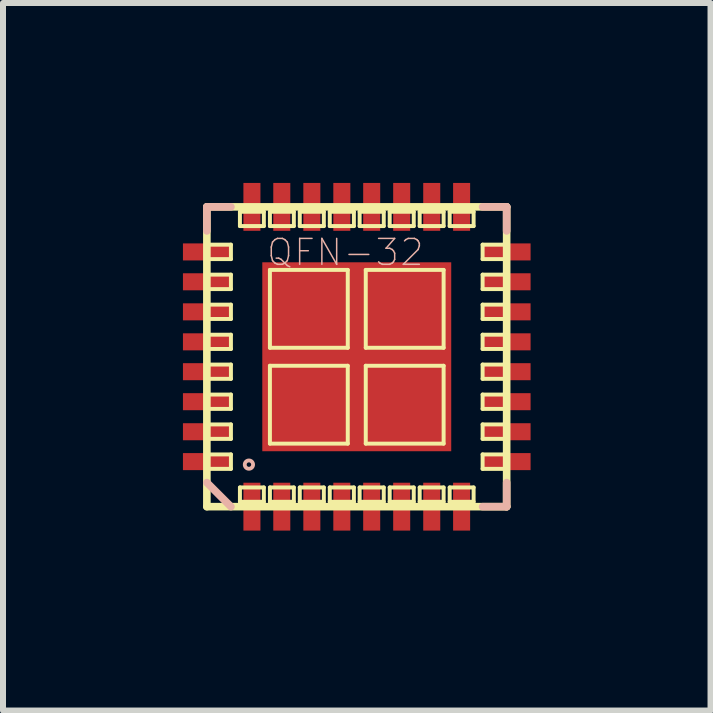
<source format=kicad_pcb>
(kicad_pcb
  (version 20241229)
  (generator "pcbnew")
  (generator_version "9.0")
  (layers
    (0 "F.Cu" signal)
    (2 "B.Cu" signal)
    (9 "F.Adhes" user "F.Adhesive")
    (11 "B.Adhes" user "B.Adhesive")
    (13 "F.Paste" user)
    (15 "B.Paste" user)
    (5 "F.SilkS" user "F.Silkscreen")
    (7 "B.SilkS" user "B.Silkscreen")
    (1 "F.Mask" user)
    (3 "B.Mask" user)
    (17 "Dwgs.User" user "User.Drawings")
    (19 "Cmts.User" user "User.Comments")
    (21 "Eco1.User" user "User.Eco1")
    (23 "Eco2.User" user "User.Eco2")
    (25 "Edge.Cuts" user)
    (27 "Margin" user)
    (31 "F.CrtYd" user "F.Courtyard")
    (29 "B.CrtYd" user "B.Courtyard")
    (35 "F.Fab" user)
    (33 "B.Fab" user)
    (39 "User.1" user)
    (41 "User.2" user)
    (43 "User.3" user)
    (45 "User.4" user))
  (footprint "QFN-32"
    (layer "F.Cu")
    (at 2.898 2.898)
    (property "Reference" "QFN-32" (at -0.191 -1.74 0) (layer "B.SilkS") (effects (font (size 0.432 0.432) (thickness 0.025))))
    (attr smd)
    (fp_line (start -2.499 -2.499) (end -2.499 2.499) (stroke (width 0.127) (type solid)) (layer "F.SilkS"))
    (fp_line (start -2.499 -1.869) (end -2.098 -1.869) (stroke (width 0.066) (type solid)) (layer "F.SilkS"))
    (fp_line (start -2.499 -1.628) (end -2.499 -1.869) (stroke (width 0.066) (type solid)) (layer "F.SilkS"))
    (fp_line (start -2.499 -1.628) (end -2.098 -1.628) (stroke (width 0.066) (type solid)) (layer "F.SilkS"))
    (fp_line (start -2.499 -1.369) (end -2.098 -1.369) (stroke (width 0.066) (type solid)) (layer "F.SilkS"))
    (fp_line (start -2.499 -1.128) (end -2.499 -1.369) (stroke (width 0.066) (type solid)) (layer "F.SilkS"))
    (fp_line (start -2.499 -1.128) (end -2.098 -1.128) (stroke (width 0.066) (type solid)) (layer "F.SilkS"))
    (fp_line (start -2.499 -0.869) (end -2.098 -0.869) (stroke (width 0.066) (type solid)) (layer "F.SilkS"))
    (fp_line (start -2.499 -0.63) (end -2.499 -0.869) (stroke (width 0.066) (type solid)) (layer "F.SilkS"))
    (fp_line (start -2.499 -0.63) (end -2.098 -0.63) (stroke (width 0.066) (type solid)) (layer "F.SilkS"))
    (fp_line (start -2.499 -0.368) (end -2.098 -0.368) (stroke (width 0.066) (type solid)) (layer "F.SilkS"))
    (fp_line (start -2.499 -0.13) (end -2.499 -0.368) (stroke (width 0.066) (type solid)) (layer "F.SilkS"))
    (fp_line (start -2.499 -0.13) (end -2.098 -0.13) (stroke (width 0.066) (type solid)) (layer "F.SilkS"))
    (fp_line (start -2.499 0.13) (end -2.098 0.13) (stroke (width 0.066) (type solid)) (layer "F.SilkS"))
    (fp_line (start -2.499 0.368) (end -2.499 0.13) (stroke (width 0.066) (type solid)) (layer "F.SilkS"))
    (fp_line (start -2.499 0.368) (end -2.098 0.368) (stroke (width 0.066) (type solid)) (layer "F.SilkS"))
    (fp_line (start -2.499 0.63) (end -2.098 0.63) (stroke (width 0.066) (type solid)) (layer "F.SilkS"))
    (fp_line (start -2.499 0.869) (end -2.499 0.63) (stroke (width 0.066) (type solid)) (layer "F.SilkS"))
    (fp_line (start -2.499 0.869) (end -2.098 0.869) (stroke (width 0.066) (type solid)) (layer "F.SilkS"))
    (fp_line (start -2.499 1.128) (end -2.098 1.128) (stroke (width 0.066) (type solid)) (layer "F.SilkS"))
    (fp_line (start -2.499 1.369) (end -2.499 1.128) (stroke (width 0.066) (type solid)) (layer "F.SilkS"))
    (fp_line (start -2.499 1.369) (end -2.098 1.369) (stroke (width 0.066) (type solid)) (layer "F.SilkS"))
    (fp_line (start -2.499 1.628) (end -2.098 1.628) (stroke (width 0.066) (type solid)) (layer "F.SilkS"))
    (fp_line (start -2.499 1.869) (end -2.499 1.628) (stroke (width 0.066) (type solid)) (layer "F.SilkS"))
    (fp_line (start -2.499 1.869) (end -2.098 1.869) (stroke (width 0.066) (type solid)) (layer "F.SilkS"))
    (fp_line (start -2.499 2.499) (end 2.499 2.499) (stroke (width 0.127) (type solid)) (layer "F.SilkS"))
    (fp_line (start -2.098 -1.628) (end -2.098 -1.869) (stroke (width 0.066) (type solid)) (layer "F.SilkS"))
    (fp_line (start -2.098 -1.128) (end -2.098 -1.369) (stroke (width 0.066) (type solid)) (layer "F.SilkS"))
    (fp_line (start -2.098 -0.63) (end -2.098 -0.869) (stroke (width 0.066) (type solid)) (layer "F.SilkS"))
    (fp_line (start -2.098 -0.13) (end -2.098 -0.368) (stroke (width 0.066) (type solid)) (layer "F.SilkS"))
    (fp_line (start -2.098 0.368) (end -2.098 0.13) (stroke (width 0.066) (type solid)) (layer "F.SilkS"))
    (fp_line (start -2.098 0.869) (end -2.098 0.63) (stroke (width 0.066) (type solid)) (layer "F.SilkS"))
    (fp_line (start -2.098 1.369) (end -2.098 1.128) (stroke (width 0.066) (type solid)) (layer "F.SilkS"))
    (fp_line (start -2.098 1.869) (end -2.098 1.628) (stroke (width 0.066) (type solid)) (layer "F.SilkS"))
    (fp_line (start -1.948 -2.418) (end -1.549 -2.418) (stroke (width 0.066) (type solid)) (layer "F.SilkS"))
    (fp_line (start -1.948 -2.179) (end -1.948 -2.418) (stroke (width 0.066) (type solid)) (layer "F.SilkS"))
    (fp_line (start -1.948 -2.179) (end -1.549 -2.179) (stroke (width 0.066) (type solid)) (layer "F.SilkS"))
    (fp_line (start -1.948 2.179) (end -1.549 2.179) (stroke (width 0.066) (type solid)) (layer "F.SilkS"))
    (fp_line (start -1.948 2.418) (end -1.948 2.179) (stroke (width 0.066) (type solid)) (layer "F.SilkS"))
    (fp_line (start -1.948 2.418) (end -1.549 2.418) (stroke (width 0.066) (type solid)) (layer "F.SilkS"))
    (fp_line (start -1.549 -2.179) (end -1.549 -2.418) (stroke (width 0.066) (type solid)) (layer "F.SilkS"))
    (fp_line (start -1.549 2.418) (end -1.549 2.179) (stroke (width 0.066) (type solid)) (layer "F.SilkS"))
    (fp_line (start -1.448 -2.418) (end -1.049 -2.418) (stroke (width 0.066) (type solid)) (layer "F.SilkS"))
    (fp_line (start -1.448 -2.179) (end -1.448 -2.418) (stroke (width 0.066) (type solid)) (layer "F.SilkS"))
    (fp_line (start -1.448 -2.179) (end -1.049 -2.179) (stroke (width 0.066) (type solid)) (layer "F.SilkS"))
    (fp_line (start -1.448 -1.448) (end -0.15 -1.448) (stroke (width 0.066) (type solid)) (layer "F.SilkS"))
    (fp_line (start -1.448 -0.15) (end -1.448 -1.448) (stroke (width 0.066) (type solid)) (layer "F.SilkS"))
    (fp_line (start -1.448 -0.15) (end -0.15 -0.15) (stroke (width 0.066) (type solid)) (layer "F.SilkS"))
    (fp_line (start -1.448 0.15) (end -0.15 0.15) (stroke (width 0.066) (type solid)) (layer "F.SilkS"))
    (fp_line (start -1.448 1.448) (end -1.448 0.15) (stroke (width 0.066) (type solid)) (layer "F.SilkS"))
    (fp_line (start -1.448 1.448) (end -0.15 1.448) (stroke (width 0.066) (type solid)) (layer "F.SilkS"))
    (fp_line (start -1.448 2.179) (end -1.049 2.179) (stroke (width 0.066) (type solid)) (layer "F.SilkS"))
    (fp_line (start -1.448 2.418) (end -1.448 2.179) (stroke (width 0.066) (type solid)) (layer "F.SilkS"))
    (fp_line (start -1.448 2.418) (end -1.049 2.418) (stroke (width 0.066) (type solid)) (layer "F.SilkS"))
    (fp_line (start -1.049 -2.179) (end -1.049 -2.418) (stroke (width 0.066) (type solid)) (layer "F.SilkS"))
    (fp_line (start -1.049 2.418) (end -1.049 2.179) (stroke (width 0.066) (type solid)) (layer "F.SilkS"))
    (fp_line (start -0.95 -2.418) (end -0.549 -2.418) (stroke (width 0.066) (type solid)) (layer "F.SilkS"))
    (fp_line (start -0.95 -2.179) (end -0.95 -2.418) (stroke (width 0.066) (type solid)) (layer "F.SilkS"))
    (fp_line (start -0.95 -2.179) (end -0.549 -2.179) (stroke (width 0.066) (type solid)) (layer "F.SilkS"))
    (fp_line (start -0.95 2.179) (end -0.549 2.179) (stroke (width 0.066) (type solid)) (layer "F.SilkS"))
    (fp_line (start -0.95 2.418) (end -0.95 2.179) (stroke (width 0.066) (type solid)) (layer "F.SilkS"))
    (fp_line (start -0.95 2.418) (end -0.549 2.418) (stroke (width 0.066) (type solid)) (layer "F.SilkS"))
    (fp_line (start -0.549 -2.179) (end -0.549 -2.418) (stroke (width 0.066) (type solid)) (layer "F.SilkS"))
    (fp_line (start -0.549 2.418) (end -0.549 2.179) (stroke (width 0.066) (type solid)) (layer "F.SilkS"))
    (fp_line (start -0.45 -2.418) (end -0.048 -2.418) (stroke (width 0.066) (type solid)) (layer "F.SilkS"))
    (fp_line (start -0.45 -2.179) (end -0.45 -2.418) (stroke (width 0.066) (type solid)) (layer "F.SilkS"))
    (fp_line (start -0.45 -2.179) (end -0.048 -2.179) (stroke (width 0.066) (type solid)) (layer "F.SilkS"))
    (fp_line (start -0.45 2.179) (end -0.048 2.179) (stroke (width 0.066) (type solid)) (layer "F.SilkS"))
    (fp_line (start -0.45 2.418) (end -0.45 2.179) (stroke (width 0.066) (type solid)) (layer "F.SilkS"))
    (fp_line (start -0.45 2.418) (end -0.048 2.418) (stroke (width 0.066) (type solid)) (layer "F.SilkS"))
    (fp_line (start -0.15 -0.15) (end -0.15 -1.448) (stroke (width 0.066) (type solid)) (layer "F.SilkS"))
    (fp_line (start -0.15 1.448) (end -0.15 0.15) (stroke (width 0.066) (type solid)) (layer "F.SilkS"))
    (fp_line (start -0.048 -2.179) (end -0.048 -2.418) (stroke (width 0.066) (type solid)) (layer "F.SilkS"))
    (fp_line (start -0.048 2.418) (end -0.048 2.179) (stroke (width 0.066) (type solid)) (layer "F.SilkS"))
    (fp_line (start 0.048 -2.418) (end 0.45 -2.418) (stroke (width 0.066) (type solid)) (layer "F.SilkS"))
    (fp_line (start 0.048 -2.179) (end 0.048 -2.418) (stroke (width 0.066) (type solid)) (layer "F.SilkS"))
    (fp_line (start 0.048 -2.179) (end 0.45 -2.179) (stroke (width 0.066) (type solid)) (layer "F.SilkS"))
    (fp_line (start 0.048 2.179) (end 0.45 2.179) (stroke (width 0.066) (type solid)) (layer "F.SilkS"))
    (fp_line (start 0.048 2.418) (end 0.048 2.179) (stroke (width 0.066) (type solid)) (layer "F.SilkS"))
    (fp_line (start 0.048 2.418) (end 0.45 2.418) (stroke (width 0.066) (type solid)) (layer "F.SilkS"))
    (fp_line (start 0.15 -1.448) (end 1.448 -1.448) (stroke (width 0.066) (type solid)) (layer "F.SilkS"))
    (fp_line (start 0.15 -0.15) (end 0.15 -1.448) (stroke (width 0.066) (type solid)) (layer "F.SilkS"))
    (fp_line (start 0.15 -0.15) (end 1.448 -0.15) (stroke (width 0.066) (type solid)) (layer "F.SilkS"))
    (fp_line (start 0.15 0.15) (end 1.448 0.15) (stroke (width 0.066) (type solid)) (layer "F.SilkS"))
    (fp_line (start 0.15 1.448) (end 0.15 0.15) (stroke (width 0.066) (type solid)) (layer "F.SilkS"))
    (fp_line (start 0.15 1.448) (end 1.448 1.448) (stroke (width 0.066) (type solid)) (layer "F.SilkS"))
    (fp_line (start 0.45 -2.179) (end 0.45 -2.418) (stroke (width 0.066) (type solid)) (layer "F.SilkS"))
    (fp_line (start 0.45 2.418) (end 0.45 2.179) (stroke (width 0.066) (type solid)) (layer "F.SilkS"))
    (fp_line (start 0.549 -2.418) (end 0.95 -2.418) (stroke (width 0.066) (type solid)) (layer "F.SilkS"))
    (fp_line (start 0.549 -2.179) (end 0.549 -2.418) (stroke (width 0.066) (type solid)) (layer "F.SilkS"))
    (fp_line (start 0.549 -2.179) (end 0.95 -2.179) (stroke (width 0.066) (type solid)) (layer "F.SilkS"))
    (fp_line (start 0.549 2.179) (end 0.95 2.179) (stroke (width 0.066) (type solid)) (layer "F.SilkS"))
    (fp_line (start 0.549 2.418) (end 0.549 2.179) (stroke (width 0.066) (type solid)) (layer "F.SilkS"))
    (fp_line (start 0.549 2.418) (end 0.95 2.418) (stroke (width 0.066) (type solid)) (layer "F.SilkS"))
    (fp_line (start 0.95 -2.179) (end 0.95 -2.418) (stroke (width 0.066) (type solid)) (layer "F.SilkS"))
    (fp_line (start 0.95 2.418) (end 0.95 2.179) (stroke (width 0.066) (type solid)) (layer "F.SilkS"))
    (fp_line (start 1.049 -2.418) (end 1.448 -2.418) (stroke (width 0.066) (type solid)) (layer "F.SilkS"))
    (fp_line (start 1.049 -2.179) (end 1.049 -2.418) (stroke (width 0.066) (type solid)) (layer "F.SilkS"))
    (fp_line (start 1.049 -2.179) (end 1.448 -2.179) (stroke (width 0.066) (type solid)) (layer "F.SilkS"))
    (fp_line (start 1.049 2.179) (end 1.448 2.179) (stroke (width 0.066) (type solid)) (layer "F.SilkS"))
    (fp_line (start 1.049 2.418) (end 1.049 2.179) (stroke (width 0.066) (type solid)) (layer "F.SilkS"))
    (fp_line (start 1.049 2.418) (end 1.448 2.418) (stroke (width 0.066) (type solid)) (layer "F.SilkS"))
    (fp_line (start 1.448 -2.179) (end 1.448 -2.418) (stroke (width 0.066) (type solid)) (layer "F.SilkS"))
    (fp_line (start 1.448 -0.15) (end 1.448 -1.448) (stroke (width 0.066) (type solid)) (layer "F.SilkS"))
    (fp_line (start 1.448 1.448) (end 1.448 0.15) (stroke (width 0.066) (type solid)) (layer "F.SilkS"))
    (fp_line (start 1.448 2.418) (end 1.448 2.179) (stroke (width 0.066) (type solid)) (layer "F.SilkS"))
    (fp_line (start 1.549 -2.418) (end 1.948 -2.418) (stroke (width 0.066) (type solid)) (layer "F.SilkS"))
    (fp_line (start 1.549 -2.179) (end 1.549 -2.418) (stroke (width 0.066) (type solid)) (layer "F.SilkS"))
    (fp_line (start 1.549 -2.179) (end 1.948 -2.179) (stroke (width 0.066) (type solid)) (layer "F.SilkS"))
    (fp_line (start 1.549 2.179) (end 1.948 2.179) (stroke (width 0.066) (type solid)) (layer "F.SilkS"))
    (fp_line (start 1.549 2.418) (end 1.549 2.179) (stroke (width 0.066) (type solid)) (layer "F.SilkS"))
    (fp_line (start 1.549 2.418) (end 1.948 2.418) (stroke (width 0.066) (type solid)) (layer "F.SilkS"))
    (fp_line (start 1.948 -2.179) (end 1.948 -2.418) (stroke (width 0.066) (type solid)) (layer "F.SilkS"))
    (fp_line (start 1.948 2.418) (end 1.948 2.179) (stroke (width 0.066) (type solid)) (layer "F.SilkS"))
    (fp_line (start 2.098 -1.869) (end 2.499 -1.869) (stroke (width 0.066) (type solid)) (layer "F.SilkS"))
    (fp_line (start 2.098 -1.628) (end 2.098 -1.869) (stroke (width 0.066) (type solid)) (layer "F.SilkS"))
    (fp_line (start 2.098 -1.628) (end 2.499 -1.628) (stroke (width 0.066) (type solid)) (layer "F.SilkS"))
    (fp_line (start 2.098 -1.369) (end 2.499 -1.369) (stroke (width 0.066) (type solid)) (layer "F.SilkS"))
    (fp_line (start 2.098 -1.128) (end 2.098 -1.369) (stroke (width 0.066) (type solid)) (layer "F.SilkS"))
    (fp_line (start 2.098 -1.128) (end 2.499 -1.128) (stroke (width 0.066) (type solid)) (layer "F.SilkS"))
    (fp_line (start 2.098 -0.869) (end 2.499 -0.869) (stroke (width 0.066) (type solid)) (layer "F.SilkS"))
    (fp_line (start 2.098 -0.63) (end 2.098 -0.869) (stroke (width 0.066) (type solid)) (layer "F.SilkS"))
    (fp_line (start 2.098 -0.63) (end 2.499 -0.63) (stroke (width 0.066) (type solid)) (layer "F.SilkS"))
    (fp_line (start 2.098 -0.368) (end 2.499 -0.368) (stroke (width 0.066) (type solid)) (layer "F.SilkS"))
    (fp_line (start 2.098 -0.13) (end 2.098 -0.368) (stroke (width 0.066) (type solid)) (layer "F.SilkS"))
    (fp_line (start 2.098 -0.13) (end 2.499 -0.13) (stroke (width 0.066) (type solid)) (layer "F.SilkS"))
    (fp_line (start 2.098 0.13) (end 2.499 0.13) (stroke (width 0.066) (type solid)) (layer "F.SilkS"))
    (fp_line (start 2.098 0.368) (end 2.098 0.13) (stroke (width 0.066) (type solid)) (layer "F.SilkS"))
    (fp_line (start 2.098 0.368) (end 2.499 0.368) (stroke (width 0.066) (type solid)) (layer "F.SilkS"))
    (fp_line (start 2.098 0.63) (end 2.499 0.63) (stroke (width 0.066) (type solid)) (layer "F.SilkS"))
    (fp_line (start 2.098 0.869) (end 2.098 0.63) (stroke (width 0.066) (type solid)) (layer "F.SilkS"))
    (fp_line (start 2.098 0.869) (end 2.499 0.869) (stroke (width 0.066) (type solid)) (layer "F.SilkS"))
    (fp_line (start 2.098 1.128) (end 2.499 1.128) (stroke (width 0.066) (type solid)) (layer "F.SilkS"))
    (fp_line (start 2.098 1.369) (end 2.098 1.128) (stroke (width 0.066) (type solid)) (layer "F.SilkS"))
    (fp_line (start 2.098 1.369) (end 2.499 1.369) (stroke (width 0.066) (type solid)) (layer "F.SilkS"))
    (fp_line (start 2.098 1.628) (end 2.499 1.628) (stroke (width 0.066) (type solid)) (layer "F.SilkS"))
    (fp_line (start 2.098 1.869) (end 2.098 1.628) (stroke (width 0.066) (type solid)) (layer "F.SilkS"))
    (fp_line (start 2.098 1.869) (end 2.499 1.869) (stroke (width 0.066) (type solid)) (layer "F.SilkS"))
    (fp_line (start 2.499 -2.499) (end -2.499 -2.499) (stroke (width 0.127) (type solid)) (layer "F.SilkS"))
    (fp_line (start 2.499 -1.628) (end 2.499 -1.869) (stroke (width 0.066) (type solid)) (layer "F.SilkS"))
    (fp_line (start 2.499 -1.128) (end 2.499 -1.369) (stroke (width 0.066) (type solid)) (layer "F.SilkS"))
    (fp_line (start 2.499 -0.63) (end 2.499 -0.869) (stroke (width 0.066) (type solid)) (layer "F.SilkS"))
    (fp_line (start 2.499 -0.13) (end 2.499 -0.368) (stroke (width 0.066) (type solid)) (layer "F.SilkS"))
    (fp_line (start 2.499 0.368) (end 2.499 0.13) (stroke (width 0.066) (type solid)) (layer "F.SilkS"))
    (fp_line (start 2.499 0.869) (end 2.499 0.63) (stroke (width 0.066) (type solid)) (layer "F.SilkS"))
    (fp_line (start 2.499 1.369) (end 2.499 1.128) (stroke (width 0.066) (type solid)) (layer "F.SilkS"))
    (fp_line (start 2.499 1.869) (end 2.499 1.628) (stroke (width 0.066) (type solid)) (layer "F.SilkS"))
    (fp_line (start 2.499 2.499) (end 2.499 -2.499) (stroke (width 0.127) (type solid)) (layer "F.SilkS"))
    (fp_line (start -2.499 -2.499) (end -2.098 -2.499) (stroke (width 0.127) (type solid)) (layer "B.SilkS"))
    (fp_line (start -2.499 -2.098) (end -2.499 -2.499) (stroke (width 0.127) (type solid)) (layer "B.SilkS"))
    (fp_line (start -2.499 2.098) (end -2.098 2.499) (stroke (width 0.127) (type solid)) (layer "B.SilkS"))
    (fp_line (start 2.098 -2.499) (end 2.499 -2.499) (stroke (width 0.127) (type solid)) (layer "B.SilkS"))
    (fp_line (start 2.499 -2.499) (end 2.499 -2.098) (stroke (width 0.127) (type solid)) (layer "B.SilkS"))
    (fp_line (start 2.499 2.098) (end 2.499 2.499) (stroke (width 0.127) (type solid)) (layer "B.SilkS"))
    (fp_line (start 2.499 2.499) (end 2.098 2.499) (stroke (width 0.127) (type solid)) (layer "B.SilkS"))
    (fp_circle (center -1.798 1.798) (end -1.847 1.847) (stroke (width 0.064) (type solid)) (fill no) (layer "B.SilkS"))
    (pad "1" smd rect (at -1.748 2.499 90) (size 0.798 0.284) (layers "F.Cu" "F.Mask" "F.Paste"))
    (pad "2" smd rect (at -1.25 2.499 90) (size 0.798 0.284) (layers "F.Cu" "F.Mask" "F.Paste"))
    (pad "3" smd rect (at -0.749 2.499 90) (size 0.798 0.284) (layers "F.Cu" "F.Mask" "F.Paste"))
    (pad "4" smd rect (at -0.249 2.499 90) (size 0.798 0.284) (layers "F.Cu" "F.Mask" "F.Paste"))
    (pad "5" smd rect (at 0.249 2.499 90) (size 0.798 0.284) (layers "F.Cu" "F.Mask" "F.Paste"))
    (pad "6" smd rect (at 0.749 2.499 90) (size 0.798 0.284) (layers "F.Cu" "F.Mask" "F.Paste"))
    (pad "7" smd rect (at 1.25 2.499 90) (size 0.798 0.284) (layers "F.Cu" "F.Mask" "F.Paste"))
    (pad "8" smd rect (at 1.748 2.499 90) (size 0.798 0.284) (layers "F.Cu" "F.Mask" "F.Paste"))
    (pad "9" smd rect (at 2.499 1.748 180) (size 0.798 0.284) (layers "F.Cu" "F.Mask" "F.Paste"))
    (pad "10" smd rect (at 2.499 1.25 180) (size 0.798 0.284) (layers "F.Cu" "F.Mask" "F.Paste"))
    (pad "11" smd rect (at 2.499 0.749 180) (size 0.798 0.284) (layers "F.Cu" "F.Mask" "F.Paste"))
    (pad "12" smd rect (at 2.499 0.249 180) (size 0.798 0.284) (layers "F.Cu" "F.Mask" "F.Paste"))
    (pad "13" smd rect (at 2.499 -0.249 180) (size 0.798 0.284) (layers "F.Cu" "F.Mask" "F.Paste"))
    (pad "14" smd rect (at 2.499 -0.749 180) (size 0.798 0.284) (layers "F.Cu" "F.Mask" "F.Paste"))
    (pad "15" smd rect (at 2.499 -1.25 180) (size 0.798 0.284) (layers "F.Cu" "F.Mask" "F.Paste"))
    (pad "16" smd rect (at 2.499 -1.748 180) (size 0.798 0.284) (layers "F.Cu" "F.Mask" "F.Paste"))
    (pad "17" smd rect (at 1.748 -2.499 270) (size 0.798 0.284) (layers "F.Cu" "F.Mask" "F.Paste"))
    (pad "18" smd rect (at 1.25 -2.499 270) (size 0.798 0.284) (layers "F.Cu" "F.Mask" "F.Paste"))
    (pad "19" smd rect (at 0.749 -2.499 270) (size 0.798 0.284) (layers "F.Cu" "F.Mask" "F.Paste"))
    (pad "20" smd rect (at 0.249 -2.499 270) (size 0.798 0.284) (layers "F.Cu" "F.Mask" "F.Paste"))
    (pad "21" smd rect (at -0.249 -2.499 270) (size 0.798 0.284) (layers "F.Cu" "F.Mask" "F.Paste"))
    (pad "22" smd rect (at -0.749 -2.499 270) (size 0.798 0.284) (layers "F.Cu" "F.Mask" "F.Paste"))
    (pad "23" smd rect (at -1.25 -2.499 270) (size 0.798 0.284) (layers "F.Cu" "F.Mask" "F.Paste"))
    (pad "24" smd rect (at -1.748 -2.499 270) (size 0.798 0.284) (layers "F.Cu" "F.Mask" "F.Paste"))
    (pad "25" smd rect (at -2.499 -1.748) (size 0.798 0.284) (layers "F.Cu" "F.Mask" "F.Paste"))
    (pad "26" smd rect (at -2.499 -1.25) (size 0.798 0.284) (layers "F.Cu" "F.Mask" "F.Paste"))
    (pad "27" smd rect (at -2.499 -0.749) (size 0.798 0.284) (layers "F.Cu" "F.Mask" "F.Paste"))
    (pad "28" smd rect (at -2.499 -0.249) (size 0.798 0.284) (layers "F.Cu" "F.Mask" "F.Paste"))
    (pad "29" smd rect (at -2.499 0.249) (size 0.798 0.284) (layers "F.Cu" "F.Mask" "F.Paste"))
    (pad "30" smd rect (at -2.499 0.749) (size 0.798 0.284) (layers "F.Cu" "F.Mask" "F.Paste"))
    (pad "31" smd rect (at -2.499 1.25) (size 0.798 0.284) (layers "F.Cu" "F.Mask" "F.Paste"))
    (pad "32" smd rect (at -2.499 1.748) (size 0.798 0.284) (layers "F.Cu" "F.Mask" "F.Paste"))
    (pad "EP" smd rect (at 0 0) (size 3.15 3.15) (layers "F.Cu" "F.Mask" "F.Paste")))
  (gr_rect
    (start -3 -3)
    (end 8.796 8.796)
    (stroke (width 0.1) (type default))
    (fill no)
    (layer "Edge.Cuts")))
</source>
